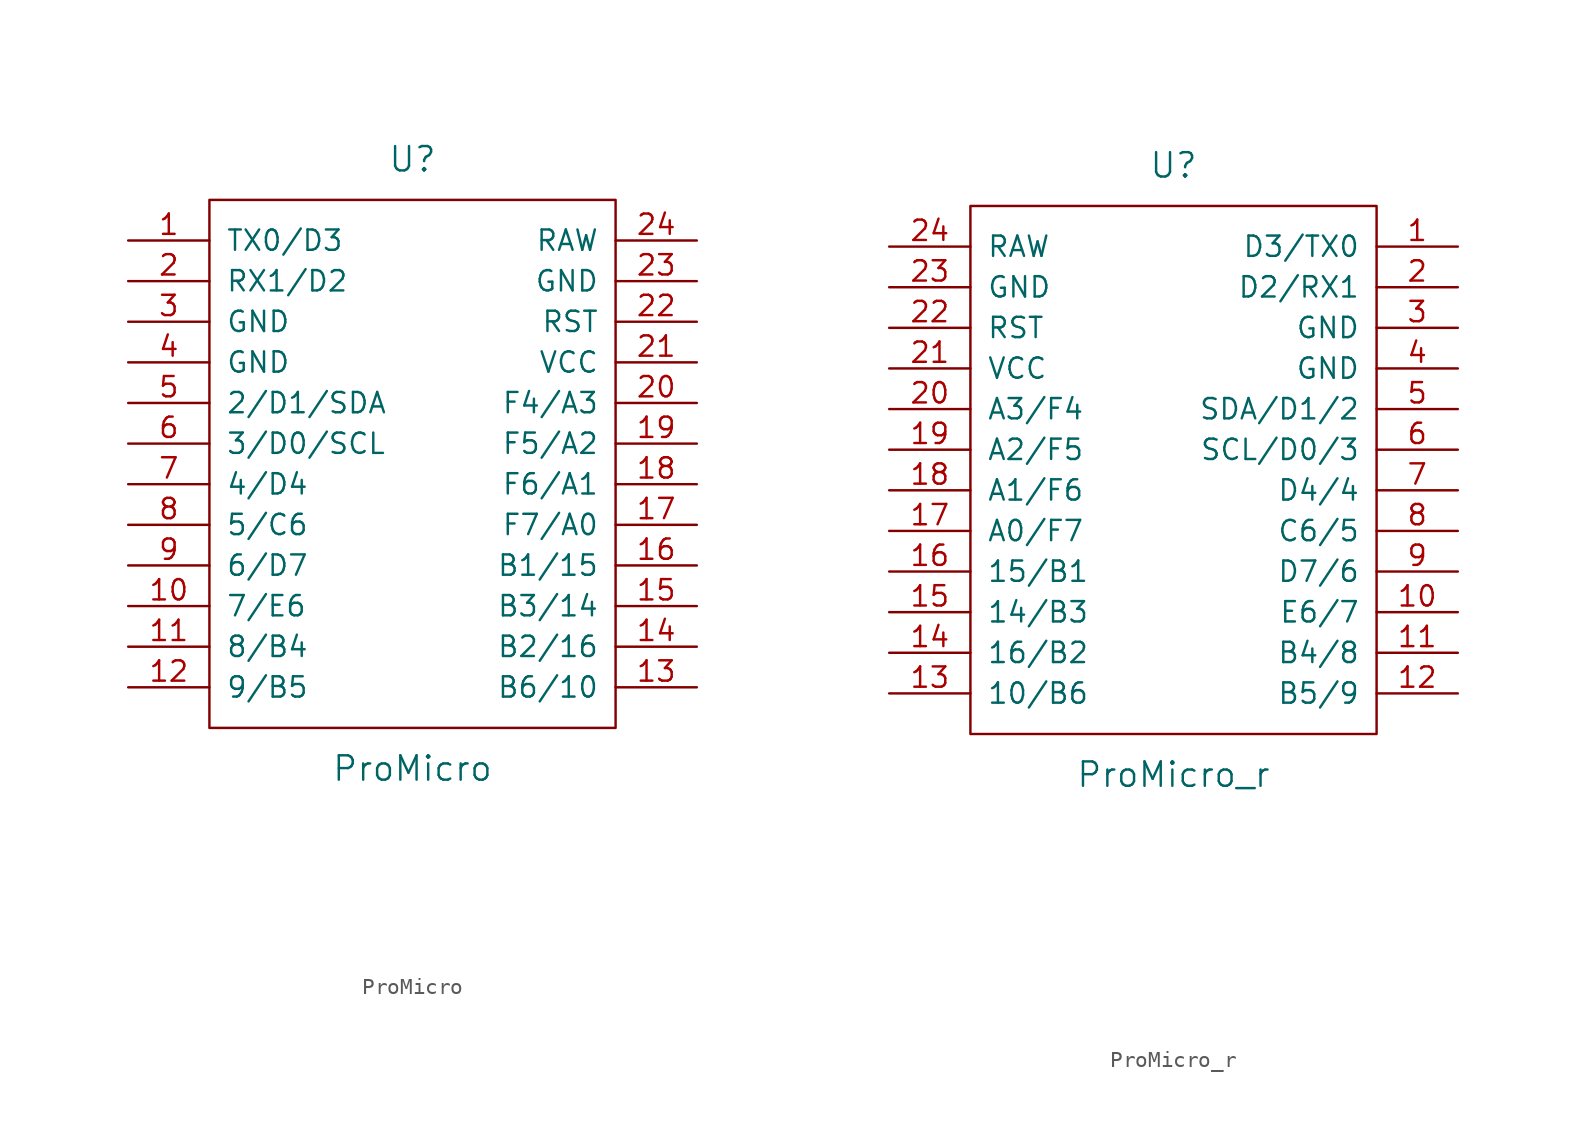
<source format=kicad_sym>
(kicad_symbol_lib
  (version 20201005)
  (generator kicad_symbol_editor)
  (symbol "Buzzard:ProMicro"
    (pin_names
      (offset 1.016))
    (property "Reference" "U"
      (at 0 19.05 0)
      (effects (font (size 1.524 1.524))))
    (property "Value" "ProMicro"
      (at 0 -19.05 0)
      (effects (font (size 1.524 1.524))))
    (property "Footprint" ""
      (at 2.54 -26.67 0)
      (effects (font (size 1.524 1.524))))
    (property "Datasheet" ""
      (at 2.54 -26.67 0)
      (effects (font (size 1.524 1.524))))
    (symbol "ProMicro_0_1"
      (rectangle (start -12.7 16.51) (end 12.7 -16.51) (stroke (width 0)) (fill (type none))))
    (symbol "ProMicro_1_1"
      (pin bidirectional line (at -17.78 13.97 0) (length 5.08) (name "TX0/D3" (effects (font (size 1.27 1.27)))) (number "1" (effects (font (size 1.27 1.27)))))
      (pin bidirectional line (at -17.78 -8.89 0) (length 5.08) (name "7/E6" (effects (font (size 1.27 1.27)))) (number "10" (effects (font (size 1.27 1.27)))))
      (pin bidirectional line (at -17.78 -11.43 0) (length 5.08) (name "8/B4" (effects (font (size 1.27 1.27)))) (number "11" (effects (font (size 1.27 1.27)))))
      (pin bidirectional line (at -17.78 -13.97 0) (length 5.08) (name "9/B5" (effects (font (size 1.27 1.27)))) (number "12" (effects (font (size 1.27 1.27)))))
      (pin bidirectional line (at 17.78 -13.97 180) (length 5.08) (name "B6/10" (effects (font (size 1.27 1.27)))) (number "13" (effects (font (size 1.27 1.27)))))
      (pin bidirectional line (at 17.78 -11.43 180) (length 5.08) (name "B2/16" (effects (font (size 1.27 1.27)))) (number "14" (effects (font (size 1.27 1.27)))))
      (pin bidirectional line (at 17.78 -8.89 180) (length 5.08) (name "B3/14" (effects (font (size 1.27 1.27)))) (number "15" (effects (font (size 1.27 1.27)))))
      (pin bidirectional line (at 17.78 -6.35 180) (length 5.08) (name "B1/15" (effects (font (size 1.27 1.27)))) (number "16" (effects (font (size 1.27 1.27)))))
      (pin bidirectional line (at 17.78 -3.81 180) (length 5.08) (name "F7/A0" (effects (font (size 1.27 1.27)))) (number "17" (effects (font (size 1.27 1.27)))))
      (pin bidirectional line (at 17.78 -1.27 180) (length 5.08) (name "F6/A1" (effects (font (size 1.27 1.27)))) (number "18" (effects (font (size 1.27 1.27)))))
      (pin bidirectional line (at 17.78 1.27 180) (length 5.08) (name "F5/A2" (effects (font (size 1.27 1.27)))) (number "19" (effects (font (size 1.27 1.27)))))
      (pin bidirectional line (at -17.78 11.43 0) (length 5.08) (name "RX1/D2" (effects (font (size 1.27 1.27)))) (number "2" (effects (font (size 1.27 1.27)))))
      (pin bidirectional line (at 17.78 3.81 180) (length 5.08) (name "F4/A3" (effects (font (size 1.27 1.27)))) (number "20" (effects (font (size 1.27 1.27)))))
      (pin power_in line (at 17.78 6.35 180) (length 5.08) (name "VCC" (effects (font (size 1.27 1.27)))) (number "21" (effects (font (size 1.27 1.27)))))
      (pin input line (at 17.78 8.89 180) (length 5.08) (name "RST" (effects (font (size 1.27 1.27)))) (number "22" (effects (font (size 1.27 1.27)))))
      (pin power_in line (at 17.78 11.43 180) (length 5.08) (name "GND" (effects (font (size 1.27 1.27)))) (number "23" (effects (font (size 1.27 1.27)))))
      (pin power_out line (at 17.78 13.97 180) (length 5.08) (name "RAW" (effects (font (size 1.27 1.27)))) (number "24" (effects (font (size 1.27 1.27)))))
      (pin power_in line (at -17.78 8.89 0) (length 5.08) (name "GND" (effects (font (size 1.27 1.27)))) (number "3" (effects (font (size 1.27 1.27)))))
      (pin power_in line (at -17.78 6.35 0) (length 5.08) (name "GND" (effects (font (size 1.27 1.27)))) (number "4" (effects (font (size 1.27 1.27)))))
      (pin bidirectional line (at -17.78 3.81 0) (length 5.08) (name "2/D1/SDA" (effects (font (size 1.27 1.27)))) (number "5" (effects (font (size 1.27 1.27)))))
      (pin bidirectional line (at -17.78 1.27 0) (length 5.08) (name "3/D0/SCL" (effects (font (size 1.27 1.27)))) (number "6" (effects (font (size 1.27 1.27)))))
      (pin bidirectional line (at -17.78 -1.27 0) (length 5.08) (name "4/D4" (effects (font (size 1.27 1.27)))) (number "7" (effects (font (size 1.27 1.27)))))
      (pin bidirectional line (at -17.78 -3.81 0) (length 5.08) (name "5/C6" (effects (font (size 1.27 1.27)))) (number "8" (effects (font (size 1.27 1.27)))))
      (pin bidirectional line (at -17.78 -6.35 0) (length 5.08) (name "6/D7" (effects (font (size 1.27 1.27)))) (number "9" (effects (font (size 1.27 1.27)))))))
  (symbol "Buzzard:ProMicro_r"
    (pin_names
      (offset 1.016))
    (property "Reference" "U"
      (at 1.27 22.86 0)
      (effects (font (size 1.524 1.524))))
    (property "Value" "ProMicro_r"
      (at 1.27 -15.24 0)
      (effects (font (size 1.524 1.524))))
    (property "Footprint" ""
      (at 3.81 -26.67 0)
      (effects (font (size 1.524 1.524))))
    (property "Datasheet" ""
      (at 3.81 -26.67 0)
      (effects (font (size 1.524 1.524))))
    (symbol "ProMicro_r_0_1"
      (rectangle (start 13.97 20.32) (end -11.43 -12.7) (stroke (width 0)) (fill (type none))))
    (symbol "ProMicro_r_1_1"
      (pin bidirectional line (at 19.05 17.78 180) (length 5.08) (name "D3/TX0" (effects (font (size 1.27 1.27)))) (number "1" (effects (font (size 1.27 1.27)))))
      (pin bidirectional line (at 19.05 -5.08 180) (length 5.08) (name "E6/7" (effects (font (size 1.27 1.27)))) (number "10" (effects (font (size 1.27 1.27)))))
      (pin bidirectional line (at 19.05 -7.62 180) (length 5.08) (name "B4/8" (effects (font (size 1.27 1.27)))) (number "11" (effects (font (size 1.27 1.27)))))
      (pin bidirectional line (at 19.05 -10.16 180) (length 5.08) (name "B5/9" (effects (font (size 1.27 1.27)))) (number "12" (effects (font (size 1.27 1.27)))))
      (pin bidirectional line (at -16.51 -10.16 0) (length 5.08) (name "10/B6" (effects (font (size 1.27 1.27)))) (number "13" (effects (font (size 1.27 1.27)))))
      (pin bidirectional line (at -16.51 -7.62 0) (length 5.08) (name "16/B2" (effects (font (size 1.27 1.27)))) (number "14" (effects (font (size 1.27 1.27)))))
      (pin bidirectional line (at -16.51 -5.08 0) (length 5.08) (name "14/B3" (effects (font (size 1.27 1.27)))) (number "15" (effects (font (size 1.27 1.27)))))
      (pin bidirectional line (at -16.51 -2.54 0) (length 5.08) (name "15/B1" (effects (font (size 1.27 1.27)))) (number "16" (effects (font (size 1.27 1.27)))))
      (pin bidirectional line (at -16.51 0 0) (length 5.08) (name "A0/F7" (effects (font (size 1.27 1.27)))) (number "17" (effects (font (size 1.27 1.27)))))
      (pin bidirectional line (at -16.51 2.54 0) (length 5.08) (name "A1/F6" (effects (font (size 1.27 1.27)))) (number "18" (effects (font (size 1.27 1.27)))))
      (pin bidirectional line (at -16.51 5.08 0) (length 5.08) (name "A2/F5" (effects (font (size 1.27 1.27)))) (number "19" (effects (font (size 1.27 1.27)))))
      (pin bidirectional line (at 19.05 15.24 180) (length 5.08) (name "D2/RX1" (effects (font (size 1.27 1.27)))) (number "2" (effects (font (size 1.27 1.27)))))
      (pin bidirectional line (at -16.51 7.62 0) (length 5.08) (name "A3/F4" (effects (font (size 1.27 1.27)))) (number "20" (effects (font (size 1.27 1.27)))))
      (pin power_in line (at -16.51 10.16 0) (length 5.08) (name "VCC" (effects (font (size 1.27 1.27)))) (number "21" (effects (font (size 1.27 1.27)))))
      (pin input line (at -16.51 12.7 0) (length 5.08) (name "RST" (effects (font (size 1.27 1.27)))) (number "22" (effects (font (size 1.27 1.27)))))
      (pin power_in line (at -16.51 15.24 0) (length 5.08) (name "GND" (effects (font (size 1.27 1.27)))) (number "23" (effects (font (size 1.27 1.27)))))
      (pin power_out line (at -16.51 17.78 0) (length 5.08) (name "RAW" (effects (font (size 1.27 1.27)))) (number "24" (effects (font (size 1.27 1.27)))))
      (pin power_in line (at 19.05 12.7 180) (length 5.08) (name "GND" (effects (font (size 1.27 1.27)))) (number "3" (effects (font (size 1.27 1.27)))))
      (pin power_in line (at 19.05 10.16 180) (length 5.08) (name "GND" (effects (font (size 1.27 1.27)))) (number "4" (effects (font (size 1.27 1.27)))))
      (pin bidirectional line (at 19.05 7.62 180) (length 5.08) (name "SDA/D1/2" (effects (font (size 1.27 1.27)))) (number "5" (effects (font (size 1.27 1.27)))))
      (pin bidirectional line (at 19.05 5.08 180) (length 5.08) (name "SCL/D0/3" (effects (font (size 1.27 1.27)))) (number "6" (effects (font (size 1.27 1.27)))))
      (pin bidirectional line (at 19.05 2.54 180) (length 5.08) (name "D4/4" (effects (font (size 1.27 1.27)))) (number "7" (effects (font (size 1.27 1.27)))))
      (pin bidirectional line (at 19.05 0 180) (length 5.08) (name "C6/5" (effects (font (size 1.27 1.27)))) (number "8" (effects (font (size 1.27 1.27)))))
      (pin bidirectional line (at 19.05 -2.54 180) (length 5.08) (name "D7/6" (effects (font (size 1.27 1.27)))) (number "9" (effects (font (size 1.27 1.27))))))))
</source>
